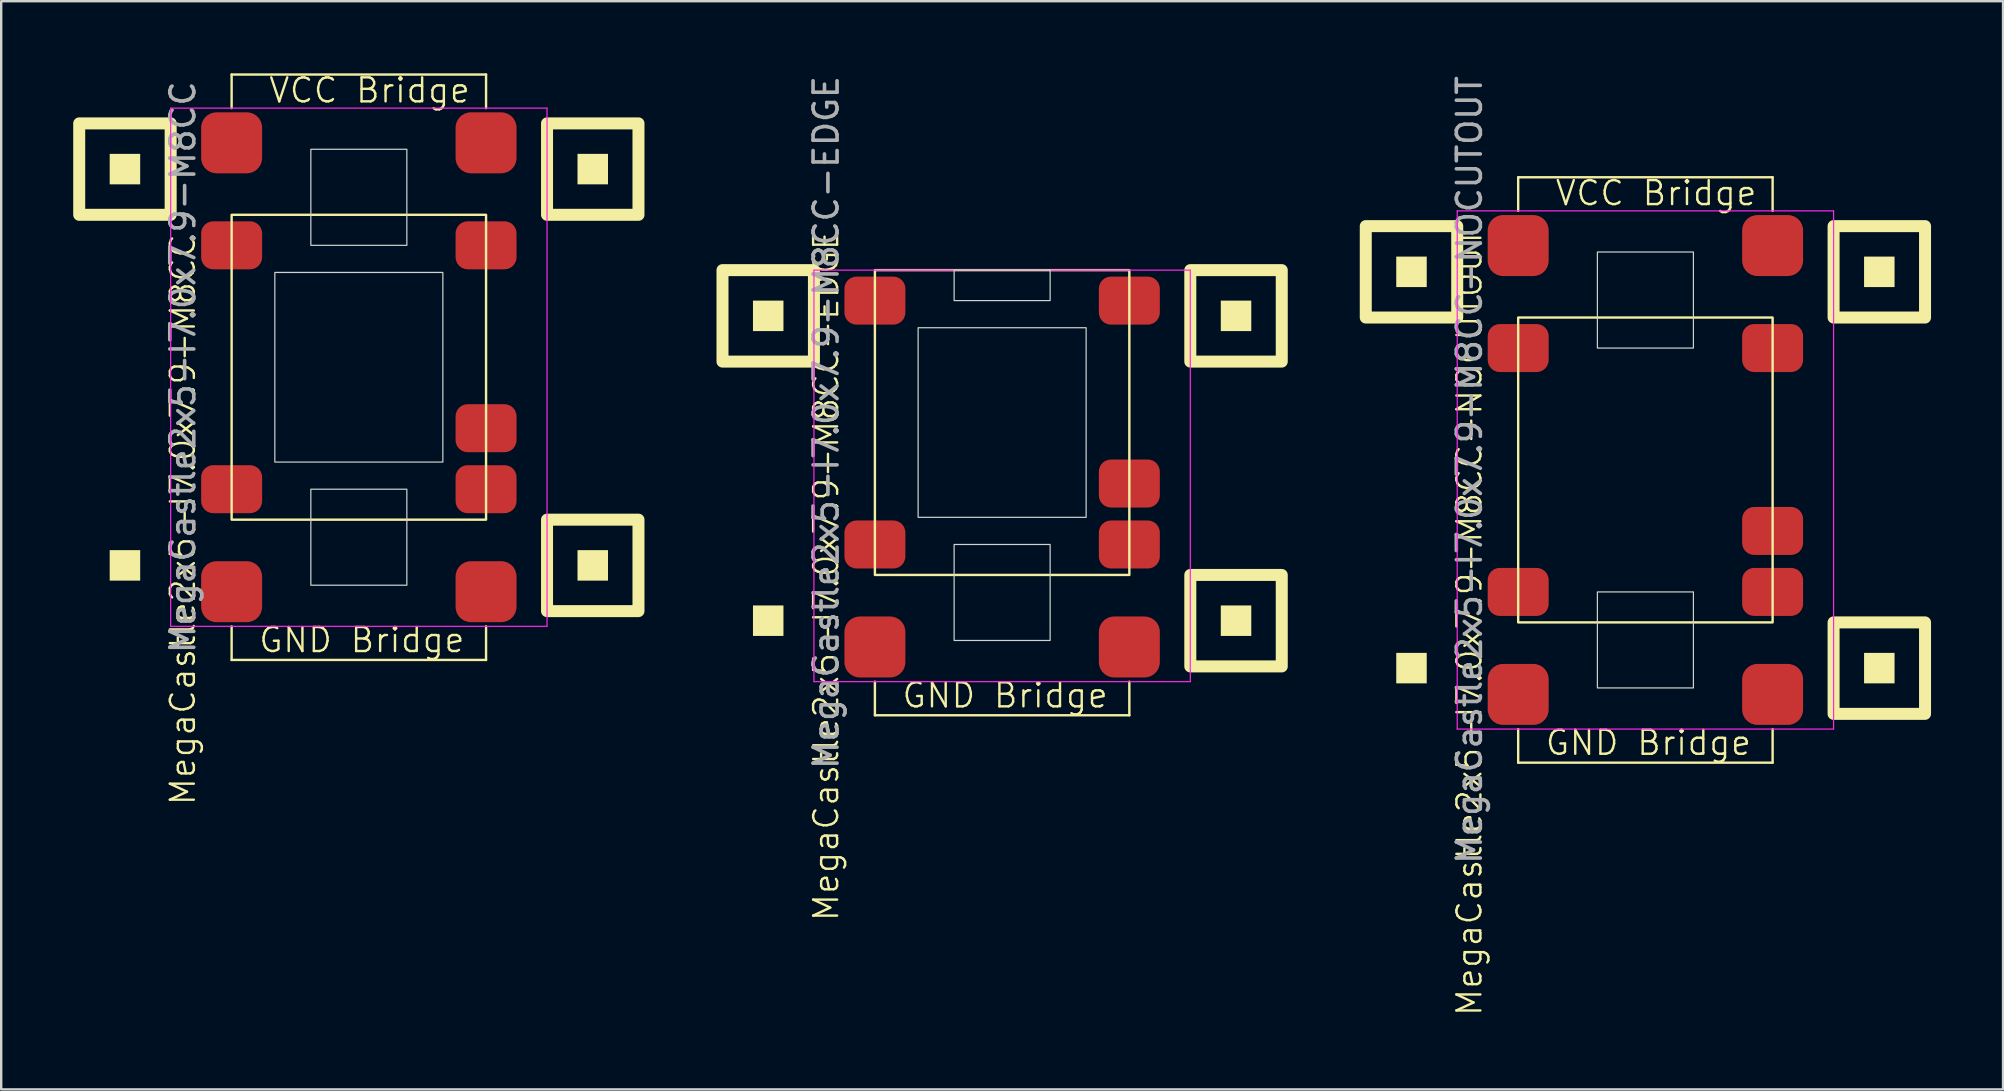
<source format=kicad_pcb>
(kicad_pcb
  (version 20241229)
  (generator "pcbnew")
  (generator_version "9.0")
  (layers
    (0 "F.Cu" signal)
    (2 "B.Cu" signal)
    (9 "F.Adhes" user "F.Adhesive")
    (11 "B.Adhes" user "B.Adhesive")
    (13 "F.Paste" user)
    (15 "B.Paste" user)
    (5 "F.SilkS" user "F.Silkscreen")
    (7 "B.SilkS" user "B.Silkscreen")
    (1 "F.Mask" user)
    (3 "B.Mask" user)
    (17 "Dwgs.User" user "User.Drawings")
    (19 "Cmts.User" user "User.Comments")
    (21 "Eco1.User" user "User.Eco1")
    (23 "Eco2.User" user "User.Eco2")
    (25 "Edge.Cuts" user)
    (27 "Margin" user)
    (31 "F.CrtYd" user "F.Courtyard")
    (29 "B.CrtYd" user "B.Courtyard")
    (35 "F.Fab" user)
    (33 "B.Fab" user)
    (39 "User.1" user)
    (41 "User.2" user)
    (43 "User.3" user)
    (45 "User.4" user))
  (footprint "MegaCastle2x5-I7.0x7.9-M8CC-EDGE"
    (layer "F.Cu")
    (at 38.7 14.554)
    (property "Reference" "MegaCastle2x5-I7.0x7.9-M8CC-EDGE" (at -7.332 6.35 90) (unlocked yes) (layer "F.SilkS") (effects (font (size 1 1) (thickness 0.1))))
    (attr smd)
    (fp_line (start -5.3 10.795) (end -5.3 12.195) (stroke (width 0.1) (type default)) (layer "F.SilkS"))
    (fp_line (start -5.3 12.195) (end 5.3 12.195) (stroke (width 0.1) (type default)) (layer "F.SilkS"))
    (fp_line (start 5.3 10.795) (end 5.3 12.195) (stroke (width 0.1) (type default)) (layer "F.SilkS"))
    (fp_rect (start -9.11 -3.81) (end -10.38 -5.08) (stroke (width 0) (type solid)) (fill yes) (layer "F.SilkS"))
    (fp_rect (start -9.11 8.89) (end -10.38 7.62) (stroke (width 0) (type solid)) (fill yes) (layer "F.SilkS"))
    (fp_rect (start -7.84 -2.54) (end -11.65 -6.35) (stroke (width 0.5) (type default)) (fill no) (layer "F.SilkS"))
    (fp_rect (start -5.3 -6.35) (end 5.3 6.35) (stroke (width 0.1) (type default)) (fill no) (layer "F.SilkS"))
    (fp_rect (start 10.38 -3.81) (end 9.11 -5.08) (stroke (width 0) (type solid)) (fill yes) (layer "F.SilkS"))
    (fp_rect (start 10.38 8.89) (end 9.11 7.62) (stroke (width 0) (type solid)) (fill yes) (layer "F.SilkS"))
    (fp_rect (start 11.65 -2.54) (end 7.84 -6.35) (stroke (width 0.5) (type default)) (fill no) (layer "F.SilkS"))
    (fp_rect (start 11.65 10.16) (end 7.84 6.35) (stroke (width 0.5) (type default)) (fill no) (layer "F.SilkS"))
    (fp_rect (start -3.5 -3.95) (end 3.5 3.95) (stroke (width 0.05) (type default)) (fill no) (layer "Edge.Cuts"))
    (fp_rect (start -2 -5.08) (end 2 -6.35) (stroke (width 0.05) (type default)) (fill no) (layer "Edge.Cuts"))
    (fp_rect (start -2 5.08) (end 2 9.08) (stroke (width 0.05) (type default)) (fill no) (layer "Edge.Cuts"))
    (fp_line (start -7.84 -6.35) (end -7.84 10.795) (stroke (width 0.05) (type default)) (layer "F.CrtYd"))
    (fp_line (start -7.84 10.795) (end 7.84 10.795) (stroke (width 0.05) (type default)) (layer "F.CrtYd"))
    (fp_line (start 7.84 -6.35) (end -7.84 -6.35) (stroke (width 0.05) (type default)) (layer "F.CrtYd"))
    (fp_line (start 7.84 -6.35) (end 7.84 10.795) (stroke (width 0.05) (type default)) (layer "F.CrtYd"))
    (fp_text user "GND Bridge" (at -4.226 11.95 0) (unlocked yes) (layer "F.SilkS") (effects (font (size 1 1) (thickness 0.1)) (justify left bottom)))
    (fp_text user "${REFERENCE}" (at -7.332 0 90) (unlocked yes) (layer "F.Fab") (effects (font (size 1 1) (thickness 0.15))))
    (pad "1" smd roundrect (at -5.3 -5.08) (size 2.54 2) (layers "F.Cu" "F.Mask" "F.Paste") (roundrect_rratio 0.25))
    (pad "5" smd roundrect (at -5.3 5.08) (size 2.54 2) (layers "F.Cu" "F.Mask" "F.Paste") (roundrect_rratio 0.25))
    (pad "6" smd roundrect (at 5.3 -5.08) (size 2.54 2) (layers "F.Cu" "F.Mask" "F.Paste") (roundrect_rratio 0.25))
    (pad "9" smd roundrect (at 5.3 2.54) (size 2.54 2) (layers "F.Cu" "F.Mask" "F.Paste") (roundrect_rratio 0.25))
    (pad "10" smd roundrect (at 5.3 5.08) (size 2.54 2) (layers "F.Cu" "F.Mask" "F.Paste") (roundrect_rratio 0.25))
    (pad "B1" smd roundrect (at -5.3 9.35) (size 2.54 2.54) (layers "F.Cu" "F.Mask" "F.Paste") (roundrect_rratio 0.25))
    (pad "B2" smd roundrect (at 5.3 9.35) (size 2.54 2.54) (layers "F.Cu" "F.Mask" "F.Paste") (roundrect_rratio 0.25)))
  (footprint "MegaCastle2x5-I7.0x7.9-M8CC-NOCUTOUT"
    (layer "F.Cu")
    (at 65.5 16.53)
    (property "Reference" "MegaCastle2x5-I7.0x7.9-M8CC-NOCUTOUT" (at -7.332 6.35 90) (unlocked yes) (layer "F.SilkS") (effects (font (size 1 1) (thickness 0.1))))
    (attr smd)
    (fp_line (start -5.3 -12.195) (end 5.3 -12.195) (stroke (width 0.1) (type default)) (layer "F.SilkS"))
    (fp_line (start -5.3 -10.795) (end -5.3 -12.195) (stroke (width 0.1) (type default)) (layer "F.SilkS"))
    (fp_line (start -5.3 10.795) (end -5.3 12.195) (stroke (width 0.1) (type default)) (layer "F.SilkS"))
    (fp_line (start -5.3 12.195) (end 5.3 12.195) (stroke (width 0.1) (type default)) (layer "F.SilkS"))
    (fp_line (start 5.3 -10.795) (end 5.3 -12.195) (stroke (width 0.1) (type default)) (layer "F.SilkS"))
    (fp_line (start 5.3 10.795) (end 5.3 12.195) (stroke (width 0.1) (type default)) (layer "F.SilkS"))
    (fp_rect (start -9.11 -7.62) (end -10.38 -8.89) (stroke (width 0) (type solid)) (fill yes) (layer "F.SilkS"))
    (fp_rect (start -9.11 8.89) (end -10.38 7.62) (stroke (width 0) (type solid)) (fill yes) (layer "F.SilkS"))
    (fp_rect (start -7.84 -6.35) (end -11.65 -10.16) (stroke (width 0.5) (type default)) (fill no) (layer "F.SilkS"))
    (fp_rect (start -5.3 -6.35) (end 5.3 6.35) (stroke (width 0.1) (type default)) (fill no) (layer "F.SilkS"))
    (fp_rect (start 10.38 -7.62) (end 9.11 -8.89) (stroke (width 0) (type solid)) (fill yes) (layer "F.SilkS"))
    (fp_rect (start 10.38 8.89) (end 9.11 7.62) (stroke (width 0) (type solid)) (fill yes) (layer "F.SilkS"))
    (fp_rect (start 11.65 -6.35) (end 7.84 -10.16) (stroke (width 0.5) (type default)) (fill no) (layer "F.SilkS"))
    (fp_rect (start 11.65 10.16) (end 7.84 6.35) (stroke (width 0.5) (type default)) (fill no) (layer "F.SilkS"))
    (fp_rect (start -2 -5.08) (end 2 -9.08) (stroke (width 0.05) (type default)) (fill no) (layer "Edge.Cuts"))
    (fp_rect (start -2 5.08) (end 2 9.08) (stroke (width 0.05) (type default)) (fill no) (layer "Edge.Cuts"))
    (fp_line (start -7.84 -10.795) (end -7.84 10.795) (stroke (width 0.05) (type default)) (layer "F.CrtYd"))
    (fp_line (start -7.84 10.795) (end 7.84 10.795) (stroke (width 0.05) (type default)) (layer "F.CrtYd"))
    (fp_line (start 7.84 -10.795) (end -7.84 -10.795) (stroke (width 0.05) (type default)) (layer "F.CrtYd"))
    (fp_line (start 7.84 -10.795) (end 7.84 10.795) (stroke (width 0.05) (type default)) (layer "F.CrtYd"))
    (fp_text user "GND Bridge" (at -4.226 11.95 0) (unlocked yes) (layer "F.SilkS") (effects (font (size 1 1) (thickness 0.1)) (justify left bottom)))
    (fp_text user "VCC Bridge" (at -3.81 -10.95 0) (unlocked yes) (layer "F.SilkS") (effects (font (size 1 1) (thickness 0.1)) (justify left bottom)))
    (fp_text user "${REFERENCE}" (at -7.332 0 90) (unlocked yes) (layer "F.Fab") (effects (font (size 1 1) (thickness 0.15))))
    (pad "1" smd roundrect (at -5.3 -5.08) (size 2.54 2) (layers "F.Cu" "F.Mask" "F.Paste") (roundrect_rratio 0.25))
    (pad "5" smd roundrect (at -5.3 5.08) (size 2.54 2) (layers "F.Cu" "F.Mask" "F.Paste") (roundrect_rratio 0.25))
    (pad "6" smd roundrect (at 5.3 -5.08) (size 2.54 2) (layers "F.Cu" "F.Mask" "F.Paste") (roundrect_rratio 0.25))
    (pad "9" smd roundrect (at 5.3 2.54) (size 2.54 2) (layers "F.Cu" "F.Mask" "F.Paste") (roundrect_rratio 0.25))
    (pad "10" smd roundrect (at 5.3 5.08) (size 2.54 2) (layers "F.Cu" "F.Mask" "F.Paste") (roundrect_rratio 0.25))
    (pad "A1" smd roundrect (at -5.3 -9.35) (size 2.54 2.54) (layers "F.Cu" "F.Mask" "F.Paste") (roundrect_rratio 0.25))
    (pad "A2" smd roundrect (at 5.3 -9.35) (size 2.54 2.54) (layers "F.Cu" "F.Mask" "F.Paste") (roundrect_rratio 0.25))
    (pad "B1" smd roundrect (at -5.3 9.35) (size 2.54 2.54) (layers "F.Cu" "F.Mask" "F.Paste") (roundrect_rratio 0.25))
    (pad "B2" smd roundrect (at 5.3 9.35) (size 2.54 2.54) (layers "F.Cu" "F.Mask" "F.Paste") (roundrect_rratio 0.25)))
  (footprint "MegaCastle2x5-I7.0x7.9-M8CC"
    (layer "F.Cu")
    (at 11.9 12.25)
    (property "Reference" "MegaCastle2x5-I7.0x7.9-M8CC" (at -7.332 6.35 90) (unlocked yes) (layer "F.SilkS") (effects (font (size 1 1) (thickness 0.1))))
    (attr smd)
    (fp_line (start -5.3 -12.195) (end 5.3 -12.195) (stroke (width 0.1) (type default)) (layer "F.SilkS"))
    (fp_line (start -5.3 -10.795) (end -5.3 -12.195) (stroke (width 0.1) (type default)) (layer "F.SilkS"))
    (fp_line (start -5.3 10.795) (end -5.3 12.195) (stroke (width 0.1) (type default)) (layer "F.SilkS"))
    (fp_line (start -5.3 12.195) (end 5.3 12.195) (stroke (width 0.1) (type default)) (layer "F.SilkS"))
    (fp_line (start 5.3 -10.795) (end 5.3 -12.195) (stroke (width 0.1) (type default)) (layer "F.SilkS"))
    (fp_line (start 5.3 10.795) (end 5.3 12.195) (stroke (width 0.1) (type default)) (layer "F.SilkS"))
    (fp_rect (start -9.11 -7.62) (end -10.38 -8.89) (stroke (width 0) (type solid)) (fill yes) (layer "F.SilkS"))
    (fp_rect (start -9.11 8.89) (end -10.38 7.62) (stroke (width 0) (type solid)) (fill yes) (layer "F.SilkS"))
    (fp_rect (start -7.84 -6.35) (end -11.65 -10.16) (stroke (width 0.5) (type default)) (fill no) (layer "F.SilkS"))
    (fp_rect (start -5.3 -6.35) (end 5.3 6.35) (stroke (width 0.1) (type default)) (fill no) (layer "F.SilkS"))
    (fp_rect (start 10.38 -7.62) (end 9.11 -8.89) (stroke (width 0) (type solid)) (fill yes) (layer "F.SilkS"))
    (fp_rect (start 10.38 8.89) (end 9.11 7.62) (stroke (width 0) (type solid)) (fill yes) (layer "F.SilkS"))
    (fp_rect (start 11.65 -6.35) (end 7.84 -10.16) (stroke (width 0.5) (type default)) (fill no) (layer "F.SilkS"))
    (fp_rect (start 11.65 10.16) (end 7.84 6.35) (stroke (width 0.5) (type default)) (fill no) (layer "F.SilkS"))
    (fp_rect (start -3.5 -3.95) (end 3.5 3.95) (stroke (width 0.05) (type default)) (fill no) (layer "Edge.Cuts"))
    (fp_rect (start -2 -5.08) (end 2 -9.08) (stroke (width 0.05) (type default)) (fill no) (layer "Edge.Cuts"))
    (fp_rect (start -2 5.08) (end 2 9.08) (stroke (width 0.05) (type default)) (fill no) (layer "Edge.Cuts"))
    (fp_line (start -7.84 -10.795) (end -7.84 10.795) (stroke (width 0.05) (type default)) (layer "F.CrtYd"))
    (fp_line (start -7.84 10.795) (end 7.84 10.795) (stroke (width 0.05) (type default)) (layer "F.CrtYd"))
    (fp_line (start 7.84 -10.795) (end -7.84 -10.795) (stroke (width 0.05) (type default)) (layer "F.CrtYd"))
    (fp_line (start 7.84 -10.795) (end 7.84 10.795) (stroke (width 0.05) (type default)) (layer "F.CrtYd"))
    (fp_text user "GND Bridge" (at -4.226 11.95 0) (unlocked yes) (layer "F.SilkS") (effects (font (size 1 1) (thickness 0.1)) (justify left bottom)))
    (fp_text user "VCC Bridge" (at -3.81 -10.95 0) (unlocked yes) (layer "F.SilkS") (effects (font (size 1 1) (thickness 0.1)) (justify left bottom)))
    (fp_text user "${REFERENCE}" (at -7.332 0 90) (unlocked yes) (layer "F.Fab") (effects (font (size 1 1) (thickness 0.15))))
    (pad "1" smd roundrect (at -5.3 -5.08) (size 2.54 2) (layers "F.Cu" "F.Mask" "F.Paste") (roundrect_rratio 0.25))
    (pad "5" smd roundrect (at -5.3 5.08) (size 2.54 2) (layers "F.Cu" "F.Mask" "F.Paste") (roundrect_rratio 0.25))
    (pad "6" smd roundrect (at 5.3 -5.08) (size 2.54 2) (layers "F.Cu" "F.Mask" "F.Paste") (roundrect_rratio 0.25))
    (pad "9" smd roundrect (at 5.3 2.54) (size 2.54 2) (layers "F.Cu" "F.Mask" "F.Paste") (roundrect_rratio 0.25))
    (pad "10" smd roundrect (at 5.3 5.08) (size 2.54 2) (layers "F.Cu" "F.Mask" "F.Paste") (roundrect_rratio 0.25))
    (pad "A1" smd roundrect (at -5.3 -9.35) (size 2.54 2.54) (layers "F.Cu" "F.Mask" "F.Paste") (roundrect_rratio 0.25))
    (pad "A2" smd roundrect (at 5.3 -9.35) (size 2.54 2.54) (layers "F.Cu" "F.Mask" "F.Paste") (roundrect_rratio 0.25))
    (pad "B1" smd roundrect (at -5.3 9.35) (size 2.54 2.54) (layers "F.Cu" "F.Mask" "F.Paste") (roundrect_rratio 0.25))
    (pad "B2" smd roundrect (at 5.3 9.35) (size 2.54 2.54) (layers "F.Cu" "F.Mask" "F.Paste") (roundrect_rratio 0.25)))
  (gr_rect
    (start -3 -3)
    (end 80.4 42.335)
    (stroke (width 0.1) (type default))
    (fill no)
    (layer "Edge.Cuts")))
</source>
